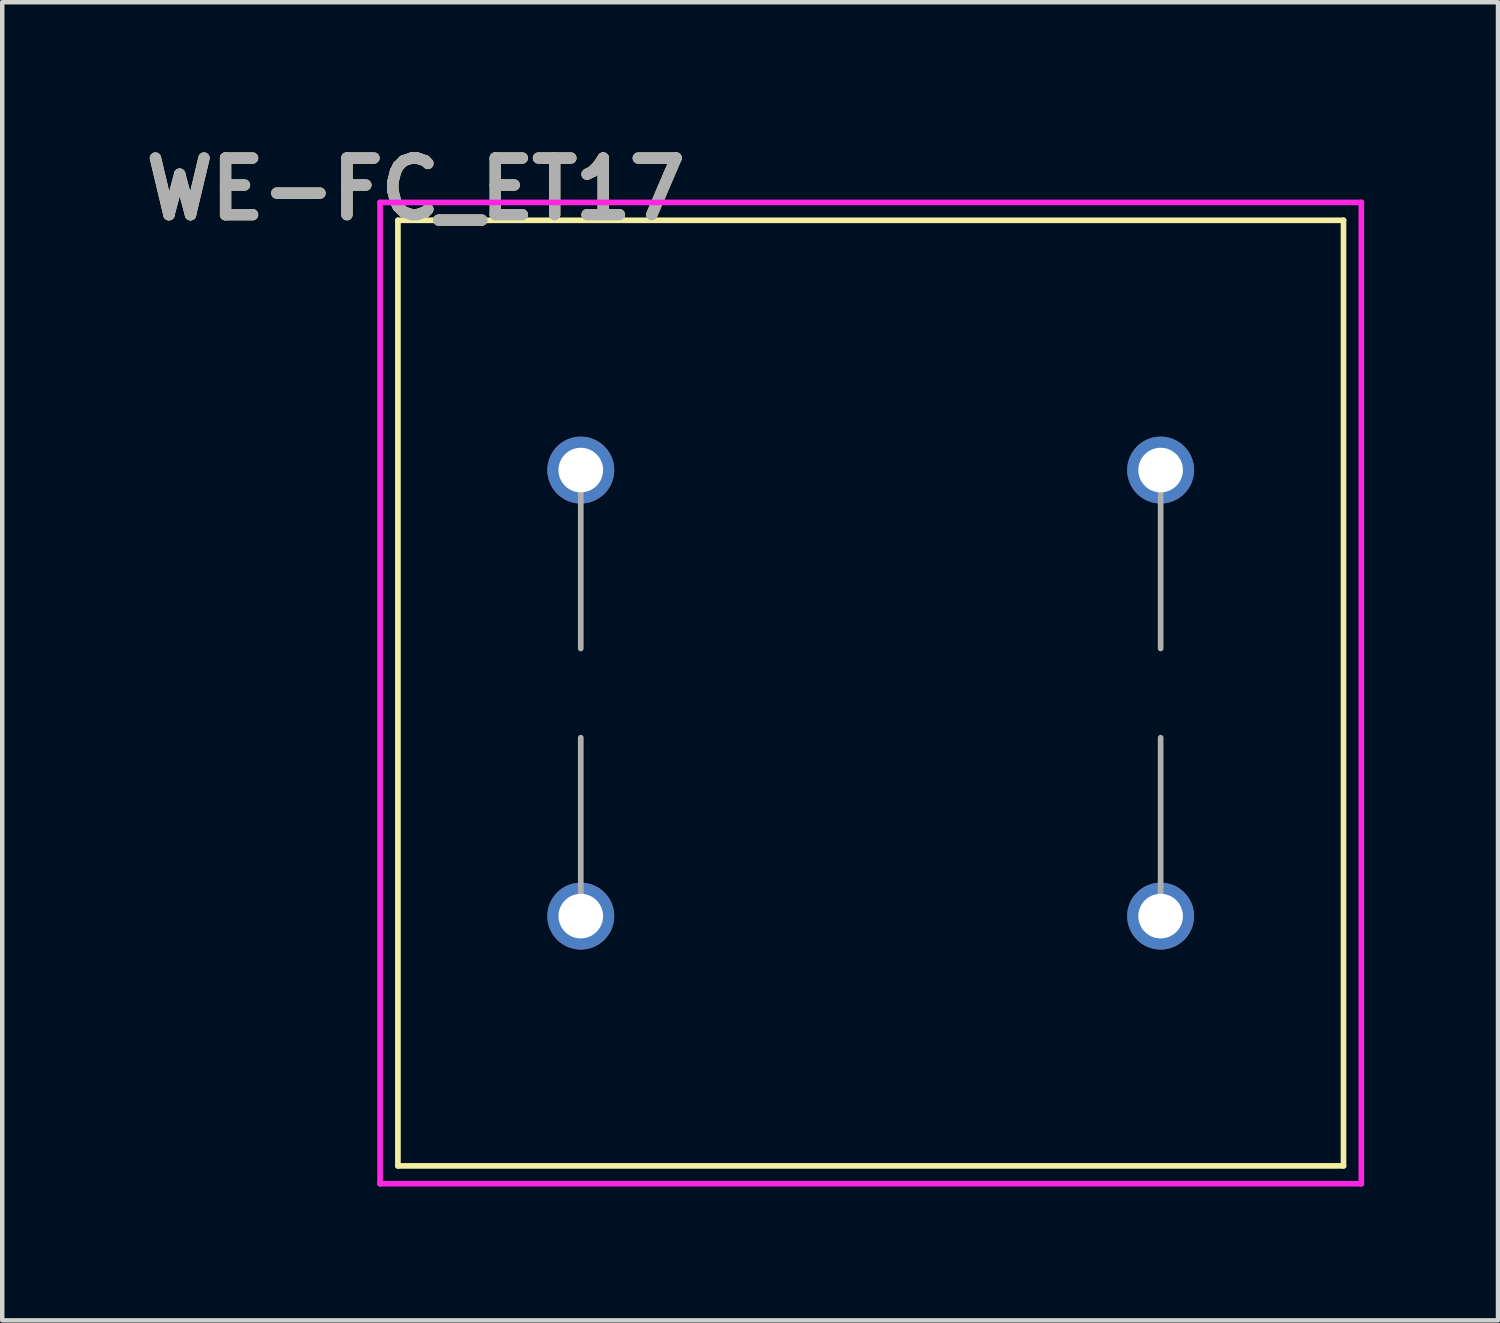
<source format=kicad_pcb>
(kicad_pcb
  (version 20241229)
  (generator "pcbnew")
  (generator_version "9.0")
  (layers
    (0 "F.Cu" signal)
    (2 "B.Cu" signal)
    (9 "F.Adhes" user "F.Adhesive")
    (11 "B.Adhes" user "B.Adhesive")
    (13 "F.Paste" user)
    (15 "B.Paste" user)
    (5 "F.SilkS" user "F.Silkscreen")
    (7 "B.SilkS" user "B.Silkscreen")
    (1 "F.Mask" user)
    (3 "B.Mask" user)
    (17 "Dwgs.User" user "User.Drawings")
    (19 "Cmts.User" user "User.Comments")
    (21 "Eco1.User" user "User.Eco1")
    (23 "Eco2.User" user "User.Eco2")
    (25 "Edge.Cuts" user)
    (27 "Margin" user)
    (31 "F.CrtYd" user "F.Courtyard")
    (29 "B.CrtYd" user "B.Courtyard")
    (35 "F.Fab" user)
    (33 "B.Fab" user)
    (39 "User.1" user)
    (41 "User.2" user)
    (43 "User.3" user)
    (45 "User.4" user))
  (footprint "WE-FC_ET17"
    (layer "F.Cu")
    (at 16.471 12.489)
    (property "Reference" "WE-FC_ET17" (at -10.2 -11.3 0) (layer "F.SilkS") (effects (font (size 1.27 1.27) (thickness 0.254))))
    (attr through_hole)
    (fp_line (start -10.6 -10.6) (end -10.6 10.6) (stroke (width 0.127) (type solid)) (layer "F.SilkS"))
    (fp_line (start -10.6 -10.6) (end 10.6 -10.6) (stroke (width 0.127) (type solid)) (layer "F.SilkS"))
    (fp_line (start -10.6 10.6) (end 10.6 10.6) (stroke (width 0.127) (type solid)) (layer "F.SilkS"))
    (fp_line (start 10.6 -10.6) (end 10.6 10.6) (stroke (width 0.127) (type solid)) (layer "F.SilkS"))
    (fp_line (start -11 -11) (end -11 11) (stroke (width 0.127) (type solid)) (layer "F.CrtYd"))
    (fp_line (start -11 11) (end 11 11) (stroke (width 0.127) (type solid)) (layer "F.CrtYd"))
    (fp_line (start 11 -11) (end -11 -11) (stroke (width 0.127) (type solid)) (layer "F.CrtYd"))
    (fp_line (start 11 11) (end 11 -11) (stroke (width 0.127) (type solid)) (layer "F.CrtYd"))
    (fp_line (start -6.5 -5) (end -6.5 -1) (stroke (width 0.127) (type solid)) (layer "F.Fab"))
    (fp_line (start -6.5 1) (end -6.5 5) (stroke (width 0.127) (type solid)) (layer "F.Fab"))
    (fp_line (start 6.5 -5) (end 6.5 -1) (stroke (width 0.127) (type solid)) (layer "F.Fab"))
    (fp_line (start 6.5 1) (end 6.5 5) (stroke (width 0.127) (type solid)) (layer "F.Fab"))
    (fp_text user "${REFERENCE}" (at -10.2 -11.3 0) (layer "F.Fab") (effects (font (size 1.27 1.27) (thickness 0.254))))
    (pad "1" thru_hole circle (at -6.5 5) (size 1.5 1.5) (drill 1) (layers "*.Cu" "*.Mask"))
    (pad "2" thru_hole circle (at -6.5 -5) (size 1.5 1.5) (drill 1) (layers "*.Cu" "*.Mask"))
    (pad "3" thru_hole circle (at 6.5 -5) (size 1.5 1.5) (drill 1) (layers "*.Cu" "*.Mask"))
    (pad "4" thru_hole circle (at 6.5 5) (size 1.5 1.5) (drill 1) (layers "*.Cu" "*.Mask")))
  (gr_rect
    (start -3 -3)
    (end 30.535 26.552)
    (stroke (width 0.1) (type default))
    (fill no)
    (layer "Edge.Cuts")))
</source>
